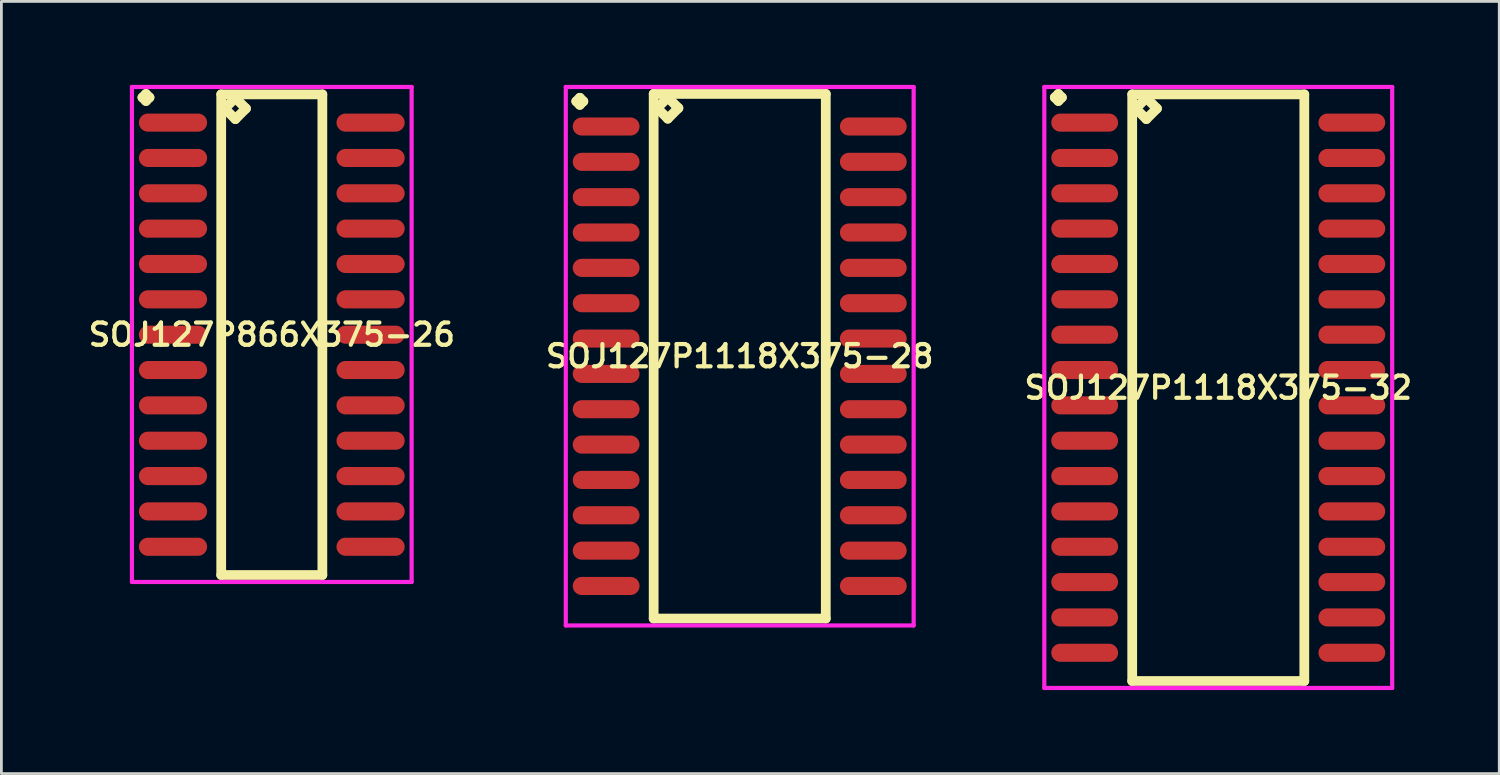
<source format=kicad_pcb>
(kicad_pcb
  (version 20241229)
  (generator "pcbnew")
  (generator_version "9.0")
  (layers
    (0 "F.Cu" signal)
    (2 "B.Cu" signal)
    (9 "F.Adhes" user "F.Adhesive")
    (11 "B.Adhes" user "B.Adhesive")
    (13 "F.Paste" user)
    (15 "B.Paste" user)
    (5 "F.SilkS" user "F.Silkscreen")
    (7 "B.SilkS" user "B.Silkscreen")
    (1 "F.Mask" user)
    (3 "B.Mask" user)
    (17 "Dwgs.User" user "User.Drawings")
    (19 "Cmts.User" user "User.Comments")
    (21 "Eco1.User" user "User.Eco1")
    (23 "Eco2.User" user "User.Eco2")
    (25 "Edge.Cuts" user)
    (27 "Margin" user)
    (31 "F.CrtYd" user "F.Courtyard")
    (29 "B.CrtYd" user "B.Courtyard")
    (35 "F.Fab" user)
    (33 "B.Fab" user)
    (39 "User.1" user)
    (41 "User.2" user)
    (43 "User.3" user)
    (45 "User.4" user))
  (footprint "SOJ127P1118X375-32"
    (layer "F.Cu")
    (at 40.725 10.881)
    (property "Reference" "SOJ127P1118X375-32" (at 0 0 0) (layer "F.SilkS") (effects (font (size 0.8 0.8) (thickness 0.15))))
    (attr smd)
    (fp_line (start -5.873 -10.429) (end -5.746 -10.556) (stroke (width 0.35) (type solid)) (layer "F.SilkS"))
    (fp_line (start -5.746 -10.556) (end -5.619 -10.429) (stroke (width 0.35) (type solid)) (layer "F.SilkS"))
    (fp_line (start -5.746 -10.302) (end -5.873 -10.429) (stroke (width 0.35) (type solid)) (layer "F.SilkS"))
    (fp_line (start -5.619 -10.429) (end -5.746 -10.302) (stroke (width 0.35) (type solid)) (layer "F.SilkS"))
    (fp_line (start -3.092 -10.54) (end -3.092 10.54) (stroke (width 0.35) (type solid)) (layer "F.SilkS"))
    (fp_line (start -3.092 10.54) (end 3.092 10.54) (stroke (width 0.35) (type solid)) (layer "F.SilkS"))
    (fp_line (start -2.965 -10.032) (end -2.584 -10.413) (stroke (width 0.35) (type solid)) (layer "F.SilkS"))
    (fp_line (start -2.584 -10.413) (end -2.203 -10.032) (stroke (width 0.35) (type solid)) (layer "F.SilkS"))
    (fp_line (start -2.584 -9.651) (end -2.965 -10.032) (stroke (width 0.35) (type solid)) (layer "F.SilkS"))
    (fp_line (start -2.203 -10.032) (end -2.584 -9.651) (stroke (width 0.35) (type solid)) (layer "F.SilkS"))
    (fp_line (start 3.092 -10.54) (end -3.092 -10.54) (stroke (width 0.35) (type solid)) (layer "F.SilkS"))
    (fp_line (start 3.092 10.54) (end 3.092 -10.54) (stroke (width 0.35) (type solid)) (layer "F.SilkS"))
    (fp_line (start -6.25 -10.806) (end 6.25 -10.806) (stroke (width 0.15) (type solid)) (layer "F.CrtYd"))
    (fp_line (start -6.25 10.79) (end -6.25 -10.806) (stroke (width 0.15) (type solid)) (layer "F.CrtYd"))
    (fp_line (start 6.25 -10.806) (end 6.25 10.79) (stroke (width 0.15) (type solid)) (layer "F.CrtYd"))
    (fp_line (start 6.25 10.79) (end -6.25 10.79) (stroke (width 0.15) (type solid)) (layer "F.CrtYd"))
    (pad "1" smd oval (at -4.8 -9.525) (size 2.4 0.65) (layers "F.Cu" "F.Mask" "F.Paste"))
    (pad "2" smd oval (at -4.8 -8.255) (size 2.4 0.65) (layers "F.Cu" "F.Mask" "F.Paste"))
    (pad "3" smd oval (at -4.8 -6.985) (size 2.4 0.65) (layers "F.Cu" "F.Mask" "F.Paste"))
    (pad "4" smd oval (at -4.8 -5.715) (size 2.4 0.65) (layers "F.Cu" "F.Mask" "F.Paste"))
    (pad "5" smd oval (at -4.8 -4.445) (size 2.4 0.65) (layers "F.Cu" "F.Mask" "F.Paste"))
    (pad "6" smd oval (at -4.8 -3.175) (size 2.4 0.65) (layers "F.Cu" "F.Mask" "F.Paste"))
    (pad "7" smd oval (at -4.8 -1.905) (size 2.4 0.65) (layers "F.Cu" "F.Mask" "F.Paste"))
    (pad "8" smd oval (at -4.8 -0.635) (size 2.4 0.65) (layers "F.Cu" "F.Mask" "F.Paste"))
    (pad "9" smd oval (at -4.8 0.635) (size 2.4 0.65) (layers "F.Cu" "F.Mask" "F.Paste"))
    (pad "10" smd oval (at -4.8 1.905) (size 2.4 0.65) (layers "F.Cu" "F.Mask" "F.Paste"))
    (pad "11" smd oval (at -4.8 3.175) (size 2.4 0.65) (layers "F.Cu" "F.Mask" "F.Paste"))
    (pad "12" smd oval (at -4.8 4.445) (size 2.4 0.65) (layers "F.Cu" "F.Mask" "F.Paste"))
    (pad "13" smd oval (at -4.8 5.715) (size 2.4 0.65) (layers "F.Cu" "F.Mask" "F.Paste"))
    (pad "14" smd oval (at -4.8 6.985) (size 2.4 0.65) (layers "F.Cu" "F.Mask" "F.Paste"))
    (pad "15" smd oval (at -4.8 8.255) (size 2.4 0.65) (layers "F.Cu" "F.Mask" "F.Paste"))
    (pad "16" smd oval (at -4.8 9.525) (size 2.4 0.65) (layers "F.Cu" "F.Mask" "F.Paste"))
    (pad "17" smd oval (at 4.8 9.525) (size 2.4 0.65) (layers "F.Cu" "F.Mask" "F.Paste"))
    (pad "18" smd oval (at 4.8 8.255) (size 2.4 0.65) (layers "F.Cu" "F.Mask" "F.Paste"))
    (pad "19" smd oval (at 4.8 6.985) (size 2.4 0.65) (layers "F.Cu" "F.Mask" "F.Paste"))
    (pad "20" smd oval (at 4.8 5.715) (size 2.4 0.65) (layers "F.Cu" "F.Mask" "F.Paste"))
    (pad "21" smd oval (at 4.8 4.445) (size 2.4 0.65) (layers "F.Cu" "F.Mask" "F.Paste"))
    (pad "22" smd oval (at 4.8 3.175) (size 2.4 0.65) (layers "F.Cu" "F.Mask" "F.Paste"))
    (pad "23" smd oval (at 4.8 1.905) (size 2.4 0.65) (layers "F.Cu" "F.Mask" "F.Paste"))
    (pad "24" smd oval (at 4.8 0.635) (size 2.4 0.65) (layers "F.Cu" "F.Mask" "F.Paste"))
    (pad "25" smd oval (at 4.8 -0.635) (size 2.4 0.65) (layers "F.Cu" "F.Mask" "F.Paste"))
    (pad "26" smd oval (at 4.8 -1.905) (size 2.4 0.65) (layers "F.Cu" "F.Mask" "F.Paste"))
    (pad "27" smd oval (at 4.8 -3.175) (size 2.4 0.65) (layers "F.Cu" "F.Mask" "F.Paste"))
    (pad "28" smd oval (at 4.8 -4.445) (size 2.4 0.65) (layers "F.Cu" "F.Mask" "F.Paste"))
    (pad "29" smd oval (at 4.8 -5.715) (size 2.4 0.65) (layers "F.Cu" "F.Mask" "F.Paste"))
    (pad "30" smd oval (at 4.8 -6.985) (size 2.4 0.65) (layers "F.Cu" "F.Mask" "F.Paste"))
    (pad "31" smd oval (at 4.8 -8.255) (size 2.4 0.65) (layers "F.Cu" "F.Mask" "F.Paste"))
    (pad "32" smd oval (at 4.8 -9.525) (size 2.4 0.65) (layers "F.Cu" "F.Mask" "F.Paste")))
  (footprint "SOJ127P866X375-26"
    (layer "F.Cu")
    (at 6.716 8.976)
    (property "Reference" "SOJ127P866X375-26" (at 0 0 0) (layer "F.SilkS") (effects (font (size 0.8 0.8) (thickness 0.15))))
    (attr smd)
    (fp_line (start -4.648 -8.524) (end -4.521 -8.651) (stroke (width 0.35) (type solid)) (layer "F.SilkS"))
    (fp_line (start -4.521 -8.651) (end -4.394 -8.524) (stroke (width 0.35) (type solid)) (layer "F.SilkS"))
    (fp_line (start -4.521 -8.397) (end -4.648 -8.524) (stroke (width 0.35) (type solid)) (layer "F.SilkS"))
    (fp_line (start -4.394 -8.524) (end -4.521 -8.397) (stroke (width 0.35) (type solid)) (layer "F.SilkS"))
    (fp_line (start -1.817 -8.635) (end -1.817 8.635) (stroke (width 0.35) (type solid)) (layer "F.SilkS"))
    (fp_line (start -1.817 8.635) (end 1.817 8.635) (stroke (width 0.35) (type solid)) (layer "F.SilkS"))
    (fp_line (start -1.69 -8.127) (end -1.309 -8.508) (stroke (width 0.35) (type solid)) (layer "F.SilkS"))
    (fp_line (start -1.309 -8.508) (end -0.928 -8.127) (stroke (width 0.35) (type solid)) (layer "F.SilkS"))
    (fp_line (start -1.309 -7.746) (end -1.69 -8.127) (stroke (width 0.35) (type solid)) (layer "F.SilkS"))
    (fp_line (start -0.928 -8.127) (end -1.309 -7.746) (stroke (width 0.35) (type solid)) (layer "F.SilkS"))
    (fp_line (start 1.817 -8.635) (end -1.817 -8.635) (stroke (width 0.35) (type solid)) (layer "F.SilkS"))
    (fp_line (start 1.817 8.635) (end 1.817 -8.635) (stroke (width 0.35) (type solid)) (layer "F.SilkS"))
    (fp_line (start -5.025 -8.901) (end 5.025 -8.901) (stroke (width 0.15) (type solid)) (layer "F.CrtYd"))
    (fp_line (start -5.025 8.885) (end -5.025 -8.901) (stroke (width 0.15) (type solid)) (layer "F.CrtYd"))
    (fp_line (start 5.025 -8.901) (end 5.025 8.885) (stroke (width 0.15) (type solid)) (layer "F.CrtYd"))
    (fp_line (start 5.025 8.885) (end -5.025 8.885) (stroke (width 0.15) (type solid)) (layer "F.CrtYd"))
    (pad "1" smd oval (at -3.55 -7.62) (size 2.45 0.65) (layers "F.Cu" "F.Mask" "F.Paste"))
    (pad "2" smd oval (at -3.55 -6.35) (size 2.45 0.65) (layers "F.Cu" "F.Mask" "F.Paste"))
    (pad "3" smd oval (at -3.55 -5.08) (size 2.45 0.65) (layers "F.Cu" "F.Mask" "F.Paste"))
    (pad "4" smd oval (at -3.55 -3.81) (size 2.45 0.65) (layers "F.Cu" "F.Mask" "F.Paste"))
    (pad "5" smd oval (at -3.55 -2.54) (size 2.45 0.65) (layers "F.Cu" "F.Mask" "F.Paste"))
    (pad "6" smd oval (at -3.55 -1.27) (size 2.45 0.65) (layers "F.Cu" "F.Mask" "F.Paste"))
    (pad "7" smd oval (at -3.55 0) (size 2.45 0.65) (layers "F.Cu" "F.Mask" "F.Paste"))
    (pad "8" smd oval (at -3.55 1.27) (size 2.45 0.65) (layers "F.Cu" "F.Mask" "F.Paste"))
    (pad "9" smd oval (at -3.55 2.54) (size 2.45 0.65) (layers "F.Cu" "F.Mask" "F.Paste"))
    (pad "10" smd oval (at -3.55 3.81) (size 2.45 0.65) (layers "F.Cu" "F.Mask" "F.Paste"))
    (pad "11" smd oval (at -3.55 5.08) (size 2.45 0.65) (layers "F.Cu" "F.Mask" "F.Paste"))
    (pad "12" smd oval (at -3.55 6.35) (size 2.45 0.65) (layers "F.Cu" "F.Mask" "F.Paste"))
    (pad "13" smd oval (at -3.55 7.62) (size 2.45 0.65) (layers "F.Cu" "F.Mask" "F.Paste"))
    (pad "14" smd oval (at 3.55 7.62) (size 2.45 0.65) (layers "F.Cu" "F.Mask" "F.Paste"))
    (pad "15" smd oval (at 3.55 6.35) (size 2.45 0.65) (layers "F.Cu" "F.Mask" "F.Paste"))
    (pad "16" smd oval (at 3.55 5.08) (size 2.45 0.65) (layers "F.Cu" "F.Mask" "F.Paste"))
    (pad "17" smd oval (at 3.55 3.81) (size 2.45 0.65) (layers "F.Cu" "F.Mask" "F.Paste"))
    (pad "18" smd oval (at 3.55 2.54) (size 2.45 0.65) (layers "F.Cu" "F.Mask" "F.Paste"))
    (pad "19" smd oval (at 3.55 1.27) (size 2.45 0.65) (layers "F.Cu" "F.Mask" "F.Paste"))
    (pad "20" smd oval (at 3.55 0) (size 2.45 0.65) (layers "F.Cu" "F.Mask" "F.Paste"))
    (pad "21" smd oval (at 3.55 -1.27) (size 2.45 0.65) (layers "F.Cu" "F.Mask" "F.Paste"))
    (pad "22" smd oval (at 3.55 -2.54) (size 2.45 0.65) (layers "F.Cu" "F.Mask" "F.Paste"))
    (pad "23" smd oval (at 3.55 -3.81) (size 2.45 0.65) (layers "F.Cu" "F.Mask" "F.Paste"))
    (pad "24" smd oval (at 3.55 -5.08) (size 2.45 0.65) (layers "F.Cu" "F.Mask" "F.Paste"))
    (pad "25" smd oval (at 3.55 -6.35) (size 2.45 0.65) (layers "F.Cu" "F.Mask" "F.Paste"))
    (pad "26" smd oval (at 3.55 -7.62) (size 2.45 0.65) (layers "F.Cu" "F.Mask" "F.Paste")))
  (footprint "SOJ127P1118X375-28"
    (layer "F.Cu")
    (at 23.53 9.75)
    (property "Reference" "SOJ127P1118X375-28" (at 0 0 0) (layer "F.SilkS") (effects (font (size 0.8 0.8) (thickness 0.15))))
    (attr smd)
    (fp_line (start -5.873 -9.159) (end -5.746 -9.286) (stroke (width 0.35) (type solid)) (layer "F.SilkS"))
    (fp_line (start -5.746 -9.286) (end -5.619 -9.159) (stroke (width 0.35) (type solid)) (layer "F.SilkS"))
    (fp_line (start -5.746 -9.032) (end -5.873 -9.159) (stroke (width 0.35) (type solid)) (layer "F.SilkS"))
    (fp_line (start -5.619 -9.159) (end -5.746 -9.032) (stroke (width 0.35) (type solid)) (layer "F.SilkS"))
    (fp_line (start -3.092 -9.425) (end -3.092 9.425) (stroke (width 0.35) (type solid)) (layer "F.SilkS"))
    (fp_line (start -3.092 9.425) (end 3.092 9.425) (stroke (width 0.35) (type solid)) (layer "F.SilkS"))
    (fp_line (start -2.965 -8.917) (end -2.584 -9.298) (stroke (width 0.35) (type solid)) (layer "F.SilkS"))
    (fp_line (start -2.584 -9.298) (end -2.203 -8.917) (stroke (width 0.35) (type solid)) (layer "F.SilkS"))
    (fp_line (start -2.584 -8.536) (end -2.965 -8.917) (stroke (width 0.35) (type solid)) (layer "F.SilkS"))
    (fp_line (start -2.203 -8.917) (end -2.584 -8.536) (stroke (width 0.35) (type solid)) (layer "F.SilkS"))
    (fp_line (start 3.092 -9.425) (end -3.092 -9.425) (stroke (width 0.35) (type solid)) (layer "F.SilkS"))
    (fp_line (start 3.092 9.425) (end 3.092 -9.425) (stroke (width 0.35) (type solid)) (layer "F.SilkS"))
    (fp_line (start -6.25 -9.675) (end 6.25 -9.675) (stroke (width 0.15) (type solid)) (layer "F.CrtYd"))
    (fp_line (start -6.25 9.675) (end -6.25 -9.675) (stroke (width 0.15) (type solid)) (layer "F.CrtYd"))
    (fp_line (start 6.25 -9.675) (end 6.25 9.675) (stroke (width 0.15) (type solid)) (layer "F.CrtYd"))
    (fp_line (start 6.25 9.675) (end -6.25 9.675) (stroke (width 0.15) (type solid)) (layer "F.CrtYd"))
    (pad "1" smd oval (at -4.8 -8.255) (size 2.4 0.65) (layers "F.Cu" "F.Mask" "F.Paste"))
    (pad "2" smd oval (at -4.8 -6.985) (size 2.4 0.65) (layers "F.Cu" "F.Mask" "F.Paste"))
    (pad "3" smd oval (at -4.8 -5.715) (size 2.4 0.65) (layers "F.Cu" "F.Mask" "F.Paste"))
    (pad "4" smd oval (at -4.8 -4.445) (size 2.4 0.65) (layers "F.Cu" "F.Mask" "F.Paste"))
    (pad "5" smd oval (at -4.8 -3.175) (size 2.4 0.65) (layers "F.Cu" "F.Mask" "F.Paste"))
    (pad "6" smd oval (at -4.8 -1.905) (size 2.4 0.65) (layers "F.Cu" "F.Mask" "F.Paste"))
    (pad "7" smd oval (at -4.8 -0.635) (size 2.4 0.65) (layers "F.Cu" "F.Mask" "F.Paste"))
    (pad "8" smd oval (at -4.8 0.635) (size 2.4 0.65) (layers "F.Cu" "F.Mask" "F.Paste"))
    (pad "9" smd oval (at -4.8 1.905) (size 2.4 0.65) (layers "F.Cu" "F.Mask" "F.Paste"))
    (pad "10" smd oval (at -4.8 3.175) (size 2.4 0.65) (layers "F.Cu" "F.Mask" "F.Paste"))
    (pad "11" smd oval (at -4.8 4.445) (size 2.4 0.65) (layers "F.Cu" "F.Mask" "F.Paste"))
    (pad "12" smd oval (at -4.8 5.715) (size 2.4 0.65) (layers "F.Cu" "F.Mask" "F.Paste"))
    (pad "13" smd oval (at -4.8 6.985) (size 2.4 0.65) (layers "F.Cu" "F.Mask" "F.Paste"))
    (pad "14" smd oval (at -4.8 8.255) (size 2.4 0.65) (layers "F.Cu" "F.Mask" "F.Paste"))
    (pad "15" smd oval (at 4.8 8.255) (size 2.4 0.65) (layers "F.Cu" "F.Mask" "F.Paste"))
    (pad "16" smd oval (at 4.8 6.985) (size 2.4 0.65) (layers "F.Cu" "F.Mask" "F.Paste"))
    (pad "17" smd oval (at 4.8 5.715) (size 2.4 0.65) (layers "F.Cu" "F.Mask" "F.Paste"))
    (pad "18" smd oval (at 4.8 4.445) (size 2.4 0.65) (layers "F.Cu" "F.Mask" "F.Paste"))
    (pad "19" smd oval (at 4.8 3.175) (size 2.4 0.65) (layers "F.Cu" "F.Mask" "F.Paste"))
    (pad "20" smd oval (at 4.8 1.905) (size 2.4 0.65) (layers "F.Cu" "F.Mask" "F.Paste"))
    (pad "21" smd oval (at 4.8 0.635) (size 2.4 0.65) (layers "F.Cu" "F.Mask" "F.Paste"))
    (pad "22" smd oval (at 4.8 -0.635) (size 2.4 0.65) (layers "F.Cu" "F.Mask" "F.Paste"))
    (pad "23" smd oval (at 4.8 -1.905) (size 2.4 0.65) (layers "F.Cu" "F.Mask" "F.Paste"))
    (pad "24" smd oval (at 4.8 -3.175) (size 2.4 0.65) (layers "F.Cu" "F.Mask" "F.Paste"))
    (pad "25" smd oval (at 4.8 -4.445) (size 2.4 0.65) (layers "F.Cu" "F.Mask" "F.Paste"))
    (pad "26" smd oval (at 4.8 -5.715) (size 2.4 0.65) (layers "F.Cu" "F.Mask" "F.Paste"))
    (pad "27" smd oval (at 4.8 -6.985) (size 2.4 0.65) (layers "F.Cu" "F.Mask" "F.Paste"))
    (pad "28" smd oval (at 4.8 -8.255) (size 2.4 0.65) (layers "F.Cu" "F.Mask" "F.Paste")))
  (gr_rect
    (start -3 -3)
    (end 50.822 24.746)
    (stroke (width 0.1) (type default))
    (fill no)
    (layer "Edge.Cuts")))
</source>
